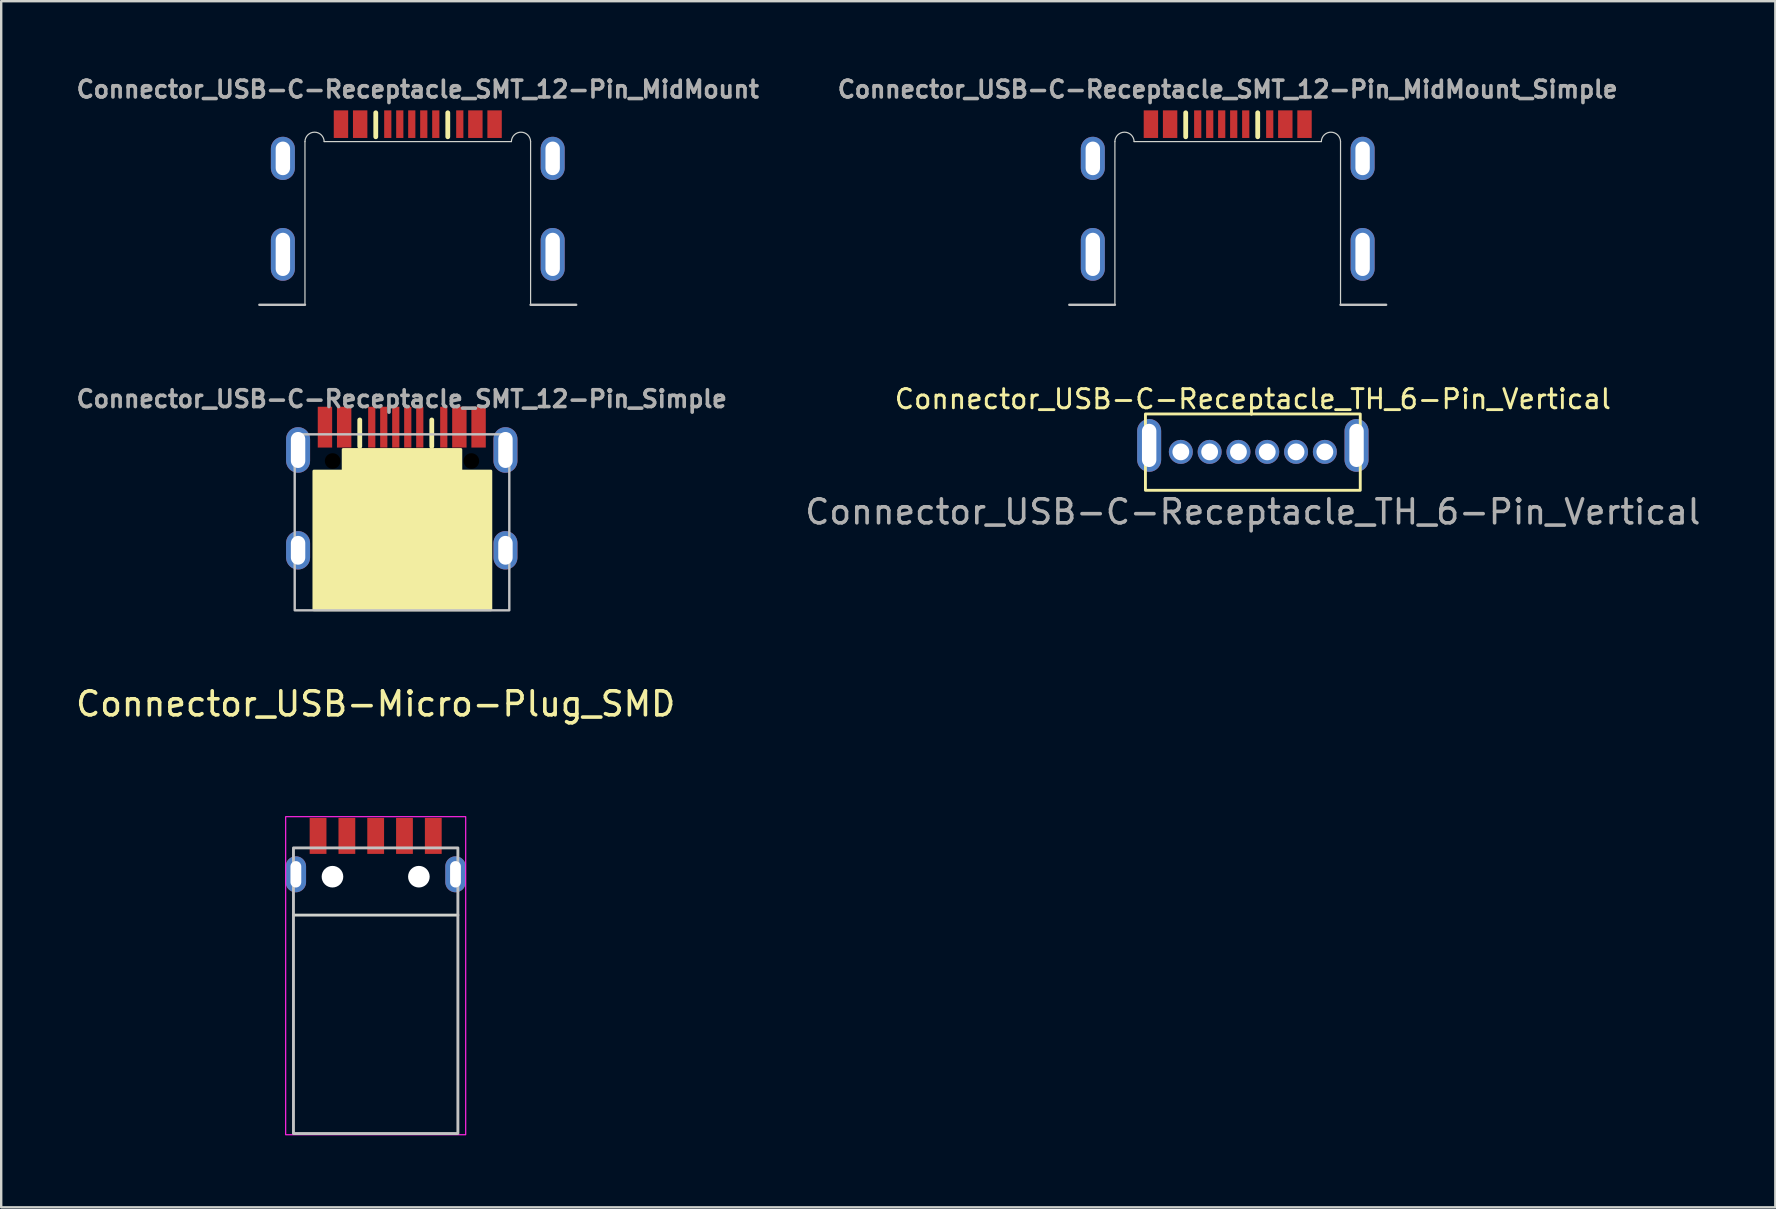
<source format=kicad_pcb>
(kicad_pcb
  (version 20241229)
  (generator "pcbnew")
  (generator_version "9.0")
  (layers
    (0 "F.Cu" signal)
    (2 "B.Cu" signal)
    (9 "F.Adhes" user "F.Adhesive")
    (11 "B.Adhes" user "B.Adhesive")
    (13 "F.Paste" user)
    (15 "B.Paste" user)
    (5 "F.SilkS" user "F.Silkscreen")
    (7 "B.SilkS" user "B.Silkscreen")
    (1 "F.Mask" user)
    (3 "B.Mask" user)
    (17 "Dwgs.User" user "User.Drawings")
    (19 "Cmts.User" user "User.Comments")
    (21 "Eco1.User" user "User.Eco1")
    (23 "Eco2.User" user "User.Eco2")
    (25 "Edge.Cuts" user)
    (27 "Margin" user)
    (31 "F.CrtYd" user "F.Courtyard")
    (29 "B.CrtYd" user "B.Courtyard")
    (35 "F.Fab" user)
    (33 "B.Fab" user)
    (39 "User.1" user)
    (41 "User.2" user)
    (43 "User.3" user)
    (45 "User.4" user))
  (footprint "Connector_USB-C-Receptacle_SMT_12-Pin_MidMount_Simple"
    (layer "F.Cu")
    (at 48.098 9.648)
    (property "Reference" "Connector_USB-C-Receptacle_SMT_12-Pin_MidMount_Simple" (at 0 -8.975 180) (layer "F.Fab") (effects (font (size 0.7 0.7) (thickness 0.15))))
    (attr smd)
    (fp_line (start -1.75 -7) (end -1.75 -8) (stroke (width 0.2) (type solid)) (layer "F.SilkS"))
    (fp_line (start 1.25 -7) (end 1.25 -8) (stroke (width 0.2) (type solid)) (layer "F.SilkS"))
    (fp_line (start -4.7 0) (end -6.6 0) (stroke (width 0.1) (type solid)) (layer "Dwgs.User"))
    (fp_line (start 4.7 0) (end 6.6 0) (stroke (width 0.1) (type solid)) (layer "Dwgs.User"))
    (fp_line (start -4.7 -6.8) (end -4.7 0) (stroke (width 0.05) (type solid)) (layer "Edge.Cuts"))
    (fp_line (start 3.9 -6.8) (end -3.9 -6.8) (stroke (width 0.05) (type solid)) (layer "Edge.Cuts"))
    (fp_line (start 4.7 -6.8) (end 4.7 0) (stroke (width 0.05) (type solid)) (layer "Edge.Cuts"))
    (fp_arc (start -4.7 -6.8) (mid -4.3 -7.193079) (end -3.9 -6.8) (stroke (width 0.05) (type solid)) (layer "Edge.Cuts"))
    (fp_arc (start 3.9 -6.8) (mid 4.3 -7.193079) (end 4.7 -6.8) (stroke (width 0.05) (type solid)) (layer "Edge.Cuts"))
    (pad "1" smd rect (at -2.4 -7.525 180) (size 0.6 1.15) (layers "F.Cu" "F.Mask" "F.Paste"))
    (pad "1" smd rect (at 2.4 -7.525 180) (size 0.6 1.15) (layers "F.Cu" "F.Mask" "F.Paste"))
    (pad "2" smd rect (at -0.75 -7.525 180) (size 0.3 1.15) (layers "F.Cu" "F.Mask" "F.Paste"))
    (pad "2" smd rect (at 0.25 -7.525 180) (size 0.3 1.15) (layers "F.Cu" "F.Mask" "F.Paste"))
    (pad "3" smd rect (at -0.25 -7.525 180) (size 0.3 1.15) (layers "F.Cu" "F.Mask" "F.Paste"))
    (pad "3" smd rect (at 0.75 -7.525 180) (size 0.3 1.15) (layers "F.Cu" "F.Mask" "F.Paste"))
    (pad "4" smd rect (at -3.2 -7.525 180) (size 0.6 1.15) (layers "F.Cu" "F.Mask" "F.Paste"))
    (pad "4" smd rect (at 3.2 -7.525 180) (size 0.6 1.15) (layers "F.Cu" "F.Mask" "F.Paste"))
    (pad "5" smd rect (at -1.25 -7.525 180) (size 0.3 1.15) (layers "F.Cu" "F.Mask" "F.Paste"))
    (pad "6" smd rect (at 1.75 -7.525 180) (size 0.3 1.15) (layers "F.Cu" "F.Mask" "F.Paste"))
    (pad "S1" thru_hole oval (at -5.62 -6.1 180) (size 1 1.8) (drill oval 0.6 1.4) (layers "*.Cu" "*.Mask"))
    (pad "S1" thru_hole oval (at -5.62 -2.1 180) (size 1 2.2) (drill oval 0.6 1.8) (layers "*.Cu" "*.Mask"))
    (pad "S1" thru_hole oval (at 5.62 -6.1 180) (size 1 1.8) (drill oval 0.6 1.4) (layers "*.Cu" "*.Mask"))
    (pad "S1" thru_hole oval (at 5.62 -2.1 180) (size 1 2.2) (drill oval 0.6 1.8) (layers "*.Cu" "*.Mask")))
  (footprint "Connector_USB-C-Receptacle_SMT_12-Pin_MidMount"
    (layer "F.Cu")
    (at 14.355 9.648)
    (property "Reference" "Connector_USB-C-Receptacle_SMT_12-Pin_MidMount" (at 0 -8.975 180) (layer "F.Fab") (effects (font (size 0.7 0.7) (thickness 0.15))))
    (attr smd)
    (fp_line (start -1.75 -7) (end -1.75 -8) (stroke (width 0.2) (type solid)) (layer "F.SilkS"))
    (fp_line (start 1.25 -7) (end 1.25 -8) (stroke (width 0.2) (type solid)) (layer "F.SilkS"))
    (fp_line (start -4.7 0) (end -6.6 0) (stroke (width 0.1) (type solid)) (layer "Dwgs.User"))
    (fp_line (start 4.7 0) (end 6.6 0) (stroke (width 0.1) (type solid)) (layer "Dwgs.User"))
    (fp_line (start -4.7 -6.8) (end -4.7 0) (stroke (width 0.05) (type solid)) (layer "Edge.Cuts"))
    (fp_line (start 3.9 -6.8) (end -3.9 -6.8) (stroke (width 0.05) (type solid)) (layer "Edge.Cuts"))
    (fp_line (start 4.7 -6.8) (end 4.7 0) (stroke (width 0.05) (type solid)) (layer "Edge.Cuts"))
    (fp_arc (start -4.7 -6.8) (mid -4.3 -7.193079) (end -3.9 -6.8) (stroke (width 0.05) (type solid)) (layer "Edge.Cuts"))
    (fp_arc (start 3.9 -6.8) (mid 4.3 -7.193079) (end 4.7 -6.8) (stroke (width 0.05) (type solid)) (layer "Edge.Cuts"))
    (pad "A1/B12" smd rect (at -3.2 -7.525 180) (size 0.6 1.15) (layers "F.Cu" "F.Mask" "F.Paste"))
    (pad "A4/B9" smd rect (at -2.4 -7.525 180) (size 0.6 1.15) (layers "F.Cu" "F.Mask" "F.Paste"))
    (pad "A5" smd rect (at -1.25 -7.525 180) (size 0.3 1.15) (layers "F.Cu" "F.Mask" "F.Paste"))
    (pad "A6" smd rect (at -0.25 -7.525 180) (size 0.3 1.15) (layers "F.Cu" "F.Mask" "F.Paste"))
    (pad "A7" smd rect (at 0.25 -7.525 180) (size 0.3 1.15) (layers "F.Cu" "F.Mask" "F.Paste"))
    (pad "A9/B4" smd rect (at 2.4 -7.525 180) (size 0.6 1.15) (layers "F.Cu" "F.Mask" "F.Paste"))
    (pad "A12/B1" smd rect (at 3.2 -7.525 180) (size 0.6 1.15) (layers "F.Cu" "F.Mask" "F.Paste"))
    (pad "B5" smd rect (at 1.75 -7.525 180) (size 0.3 1.15) (layers "F.Cu" "F.Mask" "F.Paste"))
    (pad "B6" smd rect (at 0.75 -7.525 180) (size 0.3 1.15) (layers "F.Cu" "F.Mask" "F.Paste"))
    (pad "B7" smd rect (at -0.75 -7.525 180) (size 0.3 1.15) (layers "F.Cu" "F.Mask" "F.Paste"))
    (pad "S1" thru_hole oval (at -5.62 -6.1 180) (size 1 1.8) (drill oval 0.6 1.4) (layers "*.Cu" "*.Mask"))
    (pad "S1" thru_hole oval (at -5.62 -2.1 180) (size 1 2.2) (drill oval 0.6 1.8) (layers "*.Cu" "*.Mask"))
    (pad "S1" thru_hole oval (at 5.62 -6.1 180) (size 1 1.8) (drill oval 0.6 1.4) (layers "*.Cu" "*.Mask"))
    (pad "S1" thru_hole oval (at 5.62 -2.1 180) (size 1 2.2) (drill oval 0.6 1.8) (layers "*.Cu" "*.Mask")))
  (footprint "Connector_USB-Micro-Plug_SMD"
    (layer "F.Cu")
    (at 12.601 33.474)
    (property "Reference" "Connector_USB-Micro-Plug_SMD" (at 0 -7.2 0) (unlocked yes) (layer "F.SilkS") (effects (font (size 1 1) (thickness 0.15))))
    (attr smd)
    (fp_rect (start -3.425 -1.2) (end 3.425 10.7) (stroke (width 0.12) (type default)) (fill no) (layer "Dwgs.User"))
    (fp_line (start -3.425 1.6) (end 3.425 1.6) (stroke (width 0.12) (type default)) (layer "Edge.Cuts"))
    (fp_rect (start -3.75 -2.5) (end 3.75 10.75) (stroke (width 0.05) (type default)) (fill no) (layer "F.CrtYd"))
    (pad "" np_thru_hole circle (at -1.8 0) (size 0.9 0.9) (drill 0.9) (layers "*.Cu" "*.Mask"))
    (pad "" np_thru_hole circle (at 1.8 0) (size 0.9 0.9) (drill 0.9) (layers "*.Cu" "*.Mask"))
    (pad "1" smd rect (at -2.4 -1.7) (size 0.7 1.5) (layers "F.Cu" "F.Mask" "F.Paste"))
    (pad "2" smd rect (at -1.2 -1.7) (size 0.7 1.5) (layers "F.Cu" "F.Mask" "F.Paste"))
    (pad "3" smd rect (at 0 -1.7) (size 0.7 1.5) (layers "F.Cu" "F.Mask" "F.Paste"))
    (pad "4" smd rect (at 1.2 -1.7) (size 0.7 1.5) (layers "F.Cu" "F.Mask" "F.Paste"))
    (pad "5" smd rect (at 2.4 -1.7) (size 0.7 1.5) (layers "F.Cu" "F.Mask" "F.Paste"))
    (pad "6" thru_hole oval (at -3.325 -0.1) (size 0.85 1.5) (drill oval 0.45 1.1) (layers "*.Cu" "*.Mask"))
    (pad "6" thru_hole oval (at 3.325 -0.1) (size 0.85 1.5) (drill oval 0.45 1.1) (layers "*.Cu" "*.Mask")))
  (footprint "Connector_USB-C-Receptacle_SMT_12-Pin_Simple"
    (layer "F.Cu")
    (at 13.698 19.776)
    (property "Reference" "Connector_USB-C-Receptacle_SMT_12-Pin_Simple" (at -0.01 -6.205 180) (layer "F.Fab") (effects (font (size 0.7 0.7) (thickness 0.15))))
    (attr smd)
    (fp_line (start -1.76 -4.23) (end -1.76 -5.33) (stroke (width 0.2) (type solid)) (layer "F.SilkS"))
    (fp_line (start 1.24 -4.23) (end 1.24 -5.33) (stroke (width 0.2) (type solid)) (layer "F.SilkS"))
    (fp_rect (start -3.67 -3.2) (end 3.7 2.578) (stroke (width 0.12) (type solid)) (fill yes) (layer "F.SilkS"))
    (fp_rect (start -2.45 -4.1) (end 2.45 -2.85) (stroke (width 0.12) (type solid)) (fill yes) (layer "F.SilkS"))
    (fp_rect (start -4.47 -4.73) (end 4.47 2.6) (stroke (width 0.1) (type solid)) (fill no) (layer "Dwgs.User"))
    (pad "" thru_hole oval (at -4.33 -4.08 180) (size 1 1.9) (drill oval 0.6 1.5) (layers "*.Cu" "*.Mask"))
    (pad "" thru_hole oval (at -4.33 0.1 180) (size 1 1.6) (drill oval 0.6 1.2) (layers "*.Cu" "*.Mask"))
    (pad "" np_thru_hole circle (at -2.89 -3.62 180) (size 0.65 0.65) (drill 0.65) (layers "*.Mask"))
    (pad "" np_thru_hole circle (at 2.89 -3.62 180) (size 0.65 0.65) (drill 0.65) (layers "*.Mask"))
    (pad "" thru_hole oval (at 4.31 -4.08 180) (size 1 1.9) (drill oval 0.6 1.5) (layers "*.Cu" "*.Mask"))
    (pad "" thru_hole oval (at 4.31 0.1 180) (size 1 1.6) (drill oval 0.6 1.2) (layers "*.Cu" "*.Mask"))
    (pad "1" smd rect (at -2.41 -5.03 180) (size 0.6 1.7) (layers "F.Cu" "F.Mask" "F.Paste"))
    (pad "1" smd rect (at 2.39 -5.03 180) (size 0.6 1.7) (layers "F.Cu" "F.Mask" "F.Paste"))
    (pad "2" smd rect (at -0.76 -5.03 180) (size 0.3 1.7) (layers "F.Cu" "F.Mask" "F.Paste"))
    (pad "2" smd rect (at 0.24 -5.03 180) (size 0.3 1.7) (layers "F.Cu" "F.Mask" "F.Paste"))
    (pad "3" smd rect (at -0.26 -5.03 180) (size 0.3 1.7) (layers "F.Cu" "F.Mask" "F.Paste"))
    (pad "3" smd rect (at 0.74 -5.03 180) (size 0.3 1.7) (layers "F.Cu" "F.Mask" "F.Paste"))
    (pad "4" smd rect (at -3.21 -5.03 180) (size 0.6 1.7) (layers "F.Cu" "F.Mask" "F.Paste"))
    (pad "4" smd rect (at 3.19 -5.03 180) (size 0.6 1.7) (layers "F.Cu" "F.Mask" "F.Paste"))
    (pad "5" smd rect (at -1.26 -5.03 180) (size 0.3 1.7) (layers "F.Cu" "F.Mask" "F.Paste"))
    (pad "6" smd rect (at 1.74 -5.03 180) (size 0.3 1.7) (layers "F.Cu" "F.Mask" "F.Paste")))
  (footprint "Connector_USB-C-Receptacle_TH_6-Pin_Vertical"
    (layer "F.Cu")
    (at 49.145 15.776)
    (property "Reference" "Connector_USB-C-Receptacle_TH_6-Pin_Vertical" (at 0 -2.2 0) (unlocked yes) (layer "F.SilkS") (effects (font (size 0.8 0.8) (thickness 0.12))))
    (attr through_hole)
    (fp_rect (start -4.475 -1.58) (end 4.475 1.6) (stroke (width 0.12) (type default)) (fill no) (layer "F.SilkS"))
    (fp_text user "${REFERENCE}" (at 0 2.5 0) (unlocked yes) (layer "F.Fab") (effects (font (size 1 1) (thickness 0.15))))
    (pad "A5" thru_hole circle (at -0.6 0) (size 1 1) (drill 0.7) (layers "*.Cu" "*.Mask"))
    (pad "A9" thru_hole circle (at -1.8 0) (size 1 1) (drill 0.7) (layers "*.Cu" "*.Mask"))
    (pad "A12" thru_hole circle (at -3 0) (size 1 1) (drill 0.7) (layers "*.Cu" "*.Mask"))
    (pad "B5" thru_hole circle (at 0.6 0) (size 1 1) (drill 0.7) (layers "*.Cu" "*.Mask"))
    (pad "B9" thru_hole circle (at 1.8 0) (size 1 1) (drill 0.7) (layers "*.Cu" "*.Mask"))
    (pad "B12" thru_hole circle (at 3 0) (size 1 1) (drill 0.7) (layers "*.Cu" "*.Mask"))
    (pad "FG" thru_hole oval (at -4.32 -0.27) (size 1 2.2) (drill oval 0.6 1.8) (layers "*.Cu" "*.Mask"))
    (pad "FG" thru_hole oval (at 4.32 -0.27) (size 1 2.2) (drill oval 0.6 1.8) (layers "*.Cu" "*.Mask")))
  (gr_rect
    (start -3 -3)
    (end 70.912 47.249)
    (stroke (width 0.1) (type default))
    (fill no)
    (layer "Edge.Cuts")))
</source>
